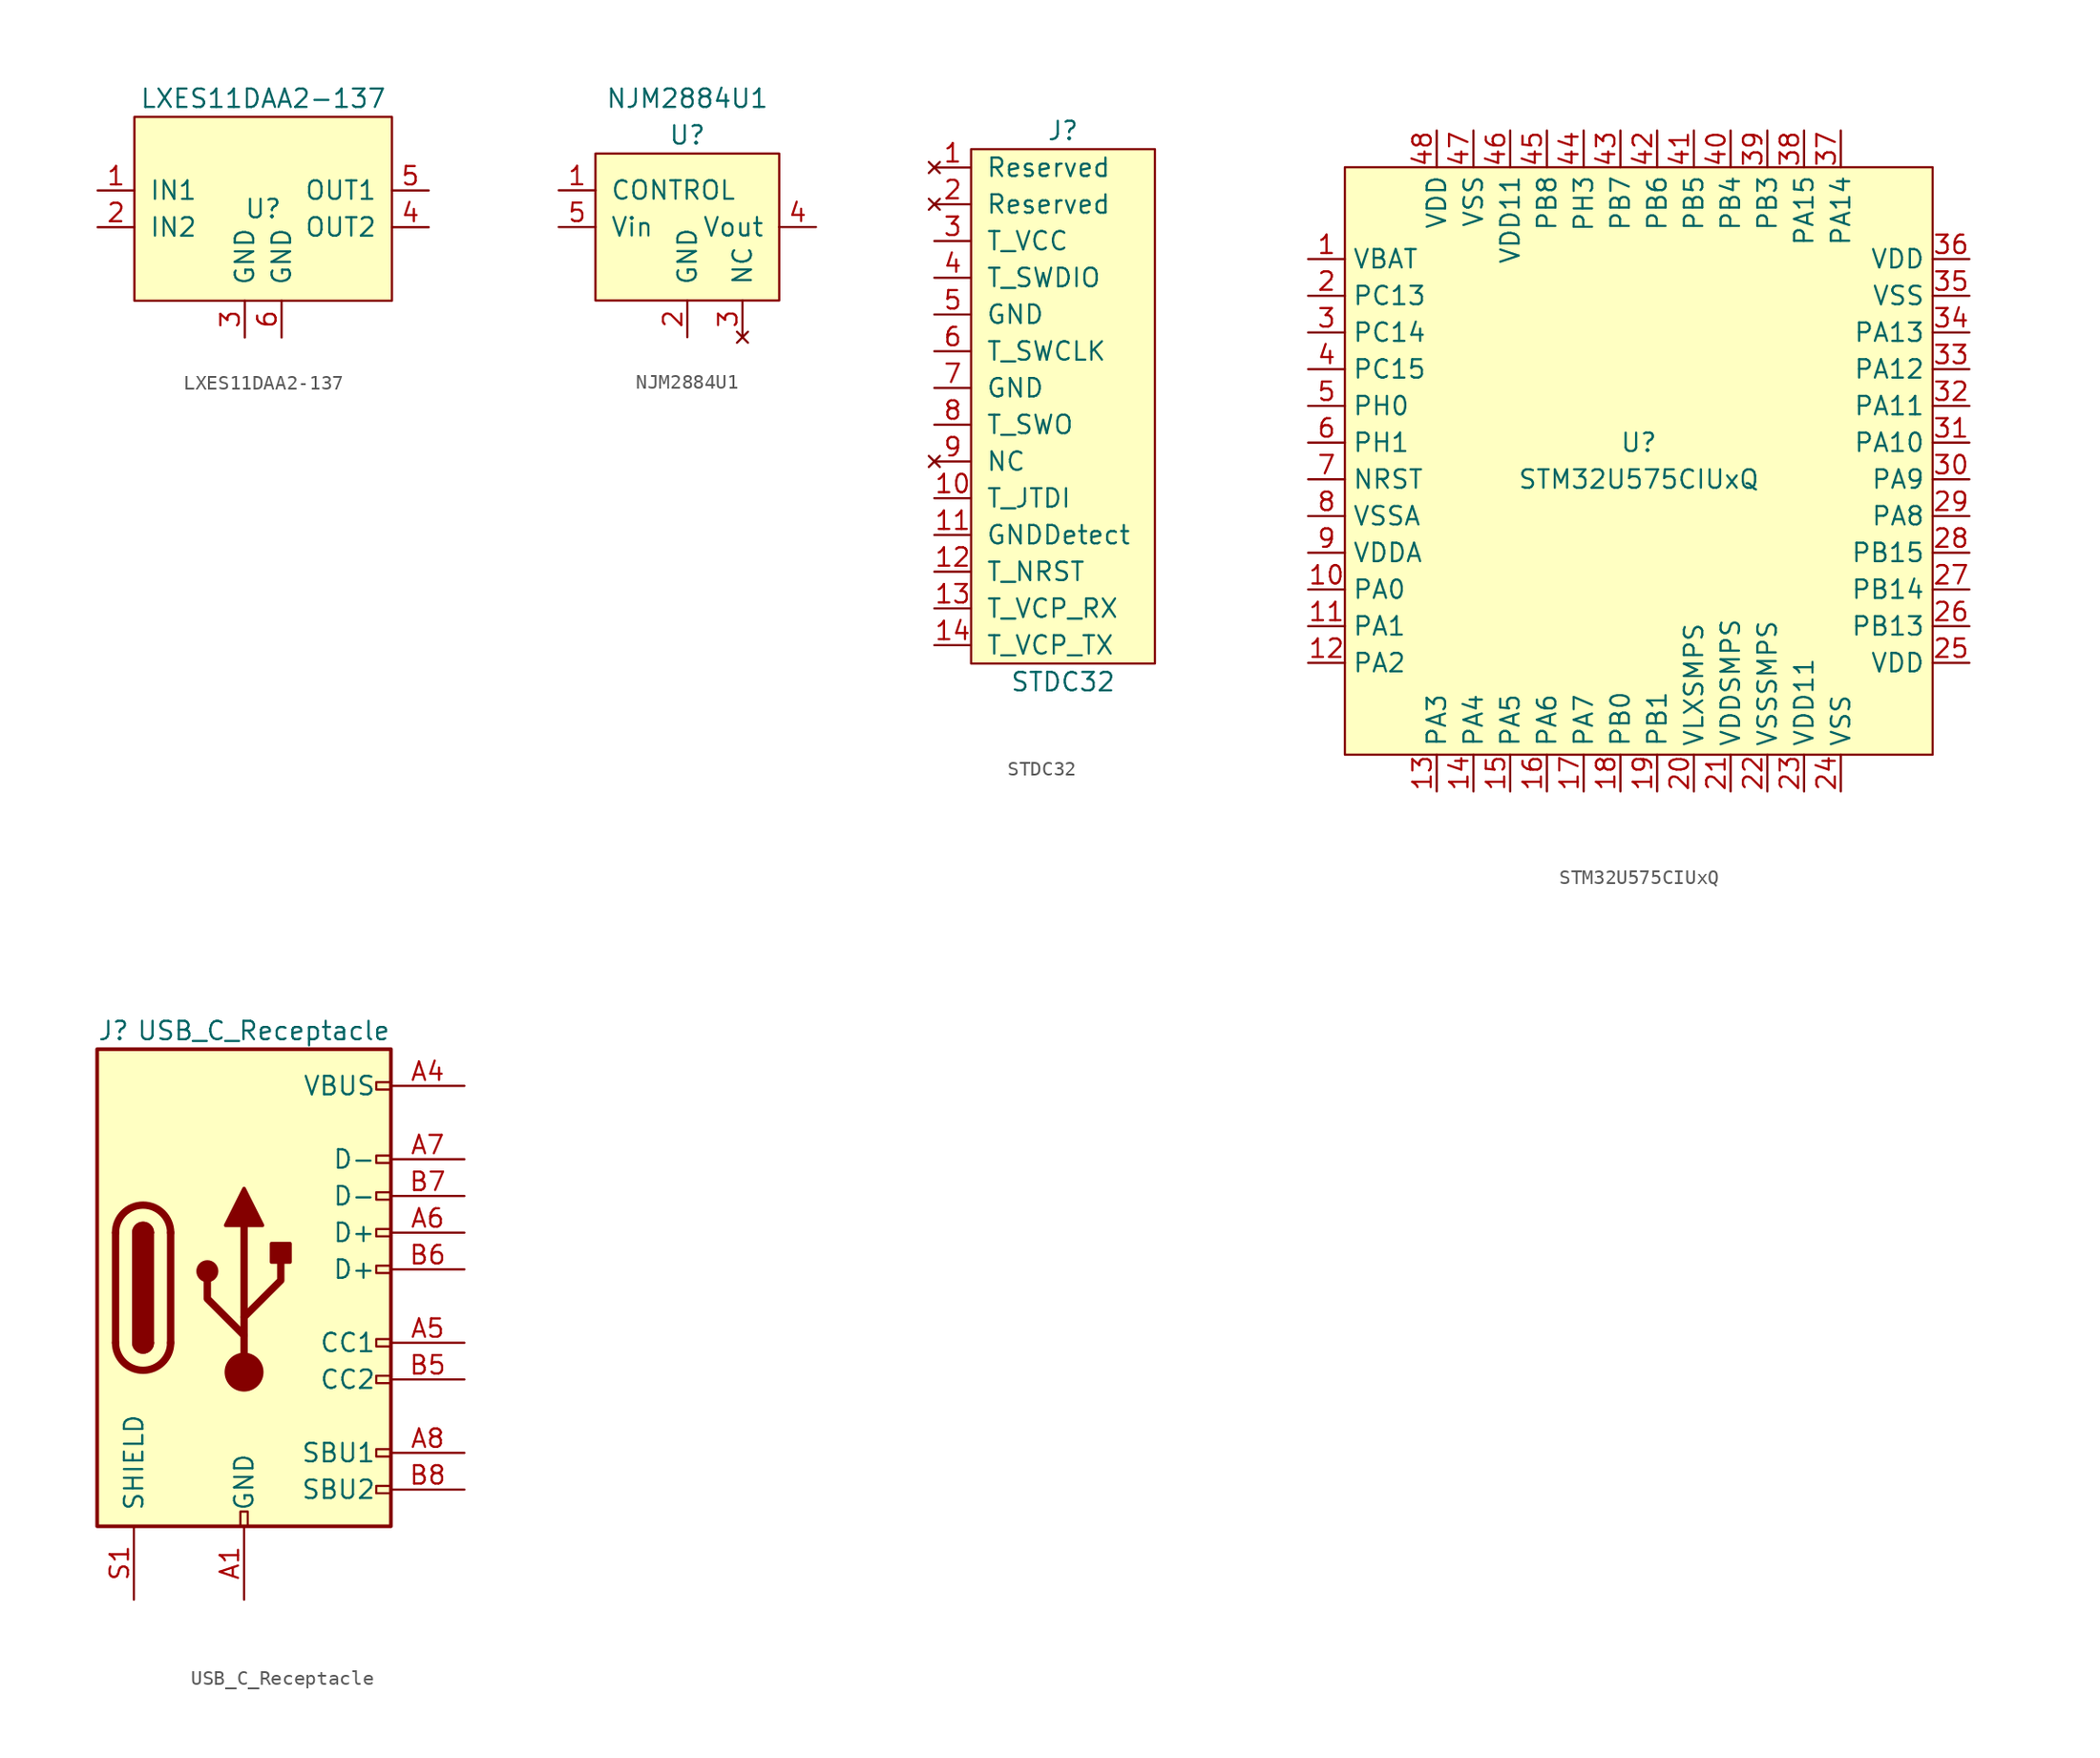
<source format=kicad_sym>
(kicad_symbol_lib
  (version 20220914)
  (generator kicad_symbol_editor)
  (symbol "LXES11DAA2-137"
    (pin_names
      (offset 1.016))
    (property "Reference" "U"
      (at 0 0 0)
      (effects (font (size 1.27 1.27))))
    (property "Value" "LXES11DAA2-137"
      (at 0 7.62 0)
      (effects (font (size 1.27 1.27))))
    (symbol "LXES11DAA2-137_0_0"
      (pin passive line (at -11.43 1.27 0) (length 2.54) (name "IN1" (effects (font (size 1.27 1.27)))) (number "1" (effects (font (size 1.27 1.27)))))
      (pin passive line (at -11.43 -1.27 0) (length 2.54) (name "IN2" (effects (font (size 1.27 1.27)))) (number "2" (effects (font (size 1.27 1.27)))))
      (pin power_in line (at -1.27 -8.89 90) (length 2.54) (name "GND" (effects (font (size 1.27 1.27)))) (number "3" (effects (font (size 1.27 1.27)))))
      (pin passive line (at 11.43 -1.27 180) (length 2.54) (name "OUT2" (effects (font (size 1.27 1.27)))) (number "4" (effects (font (size 1.27 1.27)))))
      (pin passive line (at 11.43 1.27 180) (length 2.54) (name "OUT1" (effects (font (size 1.27 1.27)))) (number "5" (effects (font (size 1.27 1.27)))))
      (pin power_in line (at 1.27 -8.89 90) (length 2.54) (name "GND" (effects (font (size 1.27 1.27)))) (number "6" (effects (font (size 1.27 1.27))))))
    (symbol "LXES11DAA2-137_0_1"
      (rectangle (start -8.89 6.35) (end 8.89 -6.35) (stroke (width 0) (type default)) (fill (type background)))))
  (symbol "NJM2884U1"
    (pin_names
      (offset 1.016))
    (property "Reference" "U"
      (at 0 3.81 0)
      (effects (font (size 1.27 1.27))))
    (property "Value" "NJM2884U1"
      (at 0 6.35 0)
      (effects (font (size 1.27 1.27))))
    (symbol "NJM2884U1_0_1"
      (rectangle (start -6.35 2.54) (end 6.35 -7.62) (stroke (width 0) (type default)) (fill (type background))))
    (symbol "NJM2884U1_1_1"
      (pin passive line (at -8.89 0 0) (length 2.54) (name "CONTROL" (effects (font (size 1.27 1.27)))) (number "1" (effects (font (size 1.27 1.27)))))
      (pin power_in line (at 0 -10.16 90) (length 2.54) (name "GND" (effects (font (size 1.27 1.27)))) (number "2" (effects (font (size 1.27 1.27)))))
      (pin no_connect line (at 3.81 -10.16 90) (length 2.54) (name "NC" (effects (font (size 1.27 1.27)))) (number "3" (effects (font (size 1.27 1.27)))))
      (pin power_out line (at 8.89 -2.54 180) (length 2.54) (name "Vout" (effects (font (size 1.27 1.27)))) (number "4" (effects (font (size 1.27 1.27)))))
      (pin power_in line (at -8.89 -2.54 0) (length 2.54) (name "Vin" (effects (font (size 1.27 1.27)))) (number "5" (effects (font (size 1.27 1.27)))))))
  (symbol "STDC32"
    (pin_names
      (offset 1.016))
    (property "Reference" "J"
      (at 0 19.05 0)
      (effects (font (size 1.27 1.27))))
    (property "Value" "STDC32"
      (at 0 -19.05 0)
      (effects (font (size 1.27 1.27))))
    (symbol "STDC32_0_1"
      (rectangle (start -6.35 17.78) (end 6.35 -17.78) (stroke (width 0) (type default)) (fill (type background))))
    (symbol "STDC32_1_1"
      (pin no_connect line (at -8.89 16.51 0) (length 2.54) (name "Reserved" (effects (font (size 1.27 1.27)))) (number "1" (effects (font (size 1.27 1.27)))))
      (pin passive line (at -8.89 -6.35 0) (length 2.54) (name "T_JTDI" (effects (font (size 1.27 1.27)))) (number "10" (effects (font (size 1.27 1.27)))))
      (pin power_in line (at -8.89 -8.89 0) (length 2.54) (name "GNDDetect" (effects (font (size 1.27 1.27)))) (number "11" (effects (font (size 1.27 1.27)))))
      (pin passive line (at -8.89 -11.43 0) (length 2.54) (name "T_NRST" (effects (font (size 1.27 1.27)))) (number "12" (effects (font (size 1.27 1.27)))))
      (pin passive line (at -8.89 -13.97 0) (length 2.54) (name "T_VCP_RX" (effects (font (size 1.27 1.27)))) (number "13" (effects (font (size 1.27 1.27)))))
      (pin passive line (at -8.89 -16.51 0) (length 2.54) (name "T_VCP_TX" (effects (font (size 1.27 1.27)))) (number "14" (effects (font (size 1.27 1.27)))))
      (pin no_connect line (at -8.89 13.97 0) (length 2.54) (name "Reserved" (effects (font (size 1.27 1.27)))) (number "2" (effects (font (size 1.27 1.27)))))
      (pin power_in line (at -8.89 11.43 0) (length 2.54) (name "T_VCC" (effects (font (size 1.27 1.27)))) (number "3" (effects (font (size 1.27 1.27)))))
      (pin passive line (at -8.89 8.89 0) (length 2.54) (name "T_SWDIO" (effects (font (size 1.27 1.27)))) (number "4" (effects (font (size 1.27 1.27)))))
      (pin power_in line (at -8.89 6.35 0) (length 2.54) (name "GND" (effects (font (size 1.27 1.27)))) (number "5" (effects (font (size 1.27 1.27)))))
      (pin passive line (at -8.89 3.81 0) (length 2.54) (name "T_SWCLK" (effects (font (size 1.27 1.27)))) (number "6" (effects (font (size 1.27 1.27)))))
      (pin power_in line (at -8.89 1.27 0) (length 2.54) (name "GND" (effects (font (size 1.27 1.27)))) (number "7" (effects (font (size 1.27 1.27)))))
      (pin passive line (at -8.89 -1.27 0) (length 2.54) (name "T_SWO" (effects (font (size 1.27 1.27)))) (number "8" (effects (font (size 1.27 1.27)))))
      (pin no_connect line (at -8.89 -3.81 0) (length 2.54) (name "NC" (effects (font (size 1.27 1.27)))) (number "9" (effects (font (size 1.27 1.27)))))))
  (symbol "STM32U575CIUxQ"
    (property "Reference" "U"
      (at 0 1.27 0)
      (effects (font (size 1.27 1.27))))
    (property "Value" "STM32U575CIUxQ"
      (at 0 -1.27 0)
      (effects (font (size 1.27 1.27))))
    (symbol "STM32U575CIUxQ_0_0"
      (pin power_in line (at -22.86 13.97 0) (length 2.54) (name "VBAT" (effects (font (size 1.27 1.27)))) (number "1" (effects (font (size 1.27 1.27)))))
      (pin passive line (at -22.86 -8.89 0) (length 2.54) (name "PA0" (effects (font (size 1.27 1.27)))) (number "10" (effects (font (size 1.27 1.27)))))
      (pin passive line (at -22.86 -11.43 0) (length 2.54) (name "PA1" (effects (font (size 1.27 1.27)))) (number "11" (effects (font (size 1.27 1.27)))))
      (pin passive line (at -22.86 -13.97 0) (length 2.54) (name "PA2" (effects (font (size 1.27 1.27)))) (number "12" (effects (font (size 1.27 1.27)))))
      (pin passive line (at -13.97 -22.86 90) (length 2.54) (name "PA3" (effects (font (size 1.27 1.27)))) (number "13" (effects (font (size 1.27 1.27)))))
      (pin passive line (at -11.43 -22.86 90) (length 2.54) (name "PA4" (effects (font (size 1.27 1.27)))) (number "14" (effects (font (size 1.27 1.27)))))
      (pin passive line (at -8.89 -22.86 90) (length 2.54) (name "PA5" (effects (font (size 1.27 1.27)))) (number "15" (effects (font (size 1.27 1.27)))))
      (pin passive line (at -6.35 -22.86 90) (length 2.54) (name "PA6" (effects (font (size 1.27 1.27)))) (number "16" (effects (font (size 1.27 1.27)))))
      (pin passive line (at -3.81 -22.86 90) (length 2.54) (name "PA7" (effects (font (size 1.27 1.27)))) (number "17" (effects (font (size 1.27 1.27)))))
      (pin passive line (at -1.27 -22.86 90) (length 2.54) (name "PB0" (effects (font (size 1.27 1.27)))) (number "18" (effects (font (size 1.27 1.27)))))
      (pin passive line (at 1.27 -22.86 90) (length 2.54) (name "PB1" (effects (font (size 1.27 1.27)))) (number "19" (effects (font (size 1.27 1.27)))))
      (pin passive line (at -22.86 11.43 0) (length 2.54) (name "PC13" (effects (font (size 1.27 1.27)))) (number "2" (effects (font (size 1.27 1.27)))))
      (pin passive line (at 3.81 -22.86 90) (length 2.54) (name "VLXSMPS" (effects (font (size 1.27 1.27)))) (number "20" (effects (font (size 1.27 1.27)))))
      (pin power_in line (at 6.35 -22.86 90) (length 2.54) (name "VDDSMPS" (effects (font (size 1.27 1.27)))) (number "21" (effects (font (size 1.27 1.27)))))
      (pin power_in line (at 8.89 -22.86 90) (length 2.54) (name "VSSSMPS" (effects (font (size 1.27 1.27)))) (number "22" (effects (font (size 1.27 1.27)))))
      (pin passive line (at 11.43 -22.86 90) (length 2.54) (name "VDD11" (effects (font (size 1.27 1.27)))) (number "23" (effects (font (size 1.27 1.27)))))
      (pin power_in line (at 13.97 -22.86 90) (length 2.54) (name "VSS" (effects (font (size 1.27 1.27)))) (number "24" (effects (font (size 1.27 1.27)))))
      (pin power_in line (at 22.86 -13.97 180) (length 2.54) (name "VDD" (effects (font (size 1.27 1.27)))) (number "25" (effects (font (size 1.27 1.27)))))
      (pin passive line (at 22.86 -11.43 180) (length 2.54) (name "PB13" (effects (font (size 1.27 1.27)))) (number "26" (effects (font (size 1.27 1.27)))))
      (pin passive line (at 22.86 -8.89 180) (length 2.54) (name "PB14" (effects (font (size 1.27 1.27)))) (number "27" (effects (font (size 1.27 1.27)))))
      (pin passive line (at 22.86 -6.35 180) (length 2.54) (name "PB15" (effects (font (size 1.27 1.27)))) (number "28" (effects (font (size 1.27 1.27)))))
      (pin passive line (at 22.86 -3.81 180) (length 2.54) (name "PA8" (effects (font (size 1.27 1.27)))) (number "29" (effects (font (size 1.27 1.27)))))
      (pin passive line (at -22.86 8.89 0) (length 2.54) (name "PC14" (effects (font (size 1.27 1.27)))) (number "3" (effects (font (size 1.27 1.27)))))
      (pin passive line (at 22.86 -1.27 180) (length 2.54) (name "PA9" (effects (font (size 1.27 1.27)))) (number "30" (effects (font (size 1.27 1.27)))))
      (pin passive line (at 22.86 1.27 180) (length 2.54) (name "PA10" (effects (font (size 1.27 1.27)))) (number "31" (effects (font (size 1.27 1.27)))))
      (pin passive line (at 22.86 3.81 180) (length 2.54) (name "PA11" (effects (font (size 1.27 1.27)))) (number "32" (effects (font (size 1.27 1.27)))))
      (pin passive line (at 22.86 6.35 180) (length 2.54) (name "PA12" (effects (font (size 1.27 1.27)))) (number "33" (effects (font (size 1.27 1.27)))))
      (pin passive line (at 22.86 8.89 180) (length 2.54) (name "PA13" (effects (font (size 1.27 1.27)))) (number "34" (effects (font (size 1.27 1.27)))))
      (pin power_in line (at 22.86 11.43 180) (length 2.54) (name "VSS" (effects (font (size 1.27 1.27)))) (number "35" (effects (font (size 1.27 1.27)))))
      (pin power_in line (at 22.86 13.97 180) (length 2.54) (name "VDD" (effects (font (size 1.27 1.27)))) (number "36" (effects (font (size 1.27 1.27)))))
      (pin passive line (at 13.97 22.86 270) (length 2.54) (name "PA14" (effects (font (size 1.27 1.27)))) (number "37" (effects (font (size 1.27 1.27)))))
      (pin passive line (at 11.43 22.86 270) (length 2.54) (name "PA15" (effects (font (size 1.27 1.27)))) (number "38" (effects (font (size 1.27 1.27)))))
      (pin passive line (at 8.89 22.86 270) (length 2.54) (name "PB3" (effects (font (size 1.27 1.27)))) (number "39" (effects (font (size 1.27 1.27)))))
      (pin passive line (at -22.86 6.35 0) (length 2.54) (name "PC15" (effects (font (size 1.27 1.27)))) (number "4" (effects (font (size 1.27 1.27)))))
      (pin passive line (at 6.35 22.86 270) (length 2.54) (name "PB4" (effects (font (size 1.27 1.27)))) (number "40" (effects (font (size 1.27 1.27)))))
      (pin passive line (at 3.81 22.86 270) (length 2.54) (name "PB5" (effects (font (size 1.27 1.27)))) (number "41" (effects (font (size 1.27 1.27)))))
      (pin passive line (at 1.27 22.86 270) (length 2.54) (name "PB6" (effects (font (size 1.27 1.27)))) (number "42" (effects (font (size 1.27 1.27)))))
      (pin passive line (at -1.27 22.86 270) (length 2.54) (name "PB7" (effects (font (size 1.27 1.27)))) (number "43" (effects (font (size 1.27 1.27)))))
      (pin passive line (at -3.81 22.86 270) (length 2.54) (name "PH3" (effects (font (size 1.27 1.27)))) (number "44" (effects (font (size 1.27 1.27)))))
      (pin passive line (at -6.35 22.86 270) (length 2.54) (name "PB8" (effects (font (size 1.27 1.27)))) (number "45" (effects (font (size 1.27 1.27)))))
      (pin passive line (at -8.89 22.86 270) (length 2.54) (name "VDD11" (effects (font (size 1.27 1.27)))) (number "46" (effects (font (size 1.27 1.27)))))
      (pin power_in line (at -11.43 22.86 270) (length 2.54) (name "VSS" (effects (font (size 1.27 1.27)))) (number "47" (effects (font (size 1.27 1.27)))))
      (pin power_in line (at -13.97 22.86 270) (length 2.54) (name "VDD" (effects (font (size 1.27 1.27)))) (number "48" (effects (font (size 1.27 1.27)))))
      (pin passive line (at -22.86 3.81 0) (length 2.54) (name "PH0" (effects (font (size 1.27 1.27)))) (number "5" (effects (font (size 1.27 1.27)))))
      (pin passive line (at -22.86 1.27 0) (length 2.54) (name "PH1" (effects (font (size 1.27 1.27)))) (number "6" (effects (font (size 1.27 1.27)))))
      (pin passive line (at -22.86 -1.27 0) (length 2.54) (name "NRST" (effects (font (size 1.27 1.27)))) (number "7" (effects (font (size 1.27 1.27)))))
      (pin power_in line (at -22.86 -3.81 0) (length 2.54) (name "VSSA" (effects (font (size 1.27 1.27)))) (number "8" (effects (font (size 1.27 1.27)))))
      (pin power_in line (at -22.86 -6.35 0) (length 2.54) (name "VDDA" (effects (font (size 1.27 1.27)))) (number "9" (effects (font (size 1.27 1.27))))))
    (symbol "STM32U575CIUxQ_0_1"
      (rectangle (start -20.32 20.32) (end 20.32 -20.32) (stroke (width 0) (type default)) (fill (type background)))))
  (symbol "USB_C_Receptacle"
    (pin_names
      (offset 1.016))
    (property "Reference" "J"
      (at -10.16 17.78 0)
      (effects (font (size 1.27 1.27)) (justify left)))
    (property "Value" "USB_C_Receptacle"
      (at 10.16 17.78 0)
      (effects (font (size 1.27 1.27)) (justify right)))
    (symbol "USB_C_Receptacle_0_0"
      (rectangle (start -0.254 -16.51) (end 0.254 -15.494) (stroke (width 0) (type default)) (fill (type none)))
      (rectangle (start 10.16 -13.716) (end 9.144 -14.224) (stroke (width 0) (type default)) (fill (type none)))
      (rectangle (start 10.16 -11.176) (end 9.144 -11.684) (stroke (width 0) (type default)) (fill (type none)))
      (rectangle (start 10.16 -6.096) (end 9.144 -6.604) (stroke (width 0) (type default)) (fill (type none)))
      (rectangle (start 10.16 -3.556) (end 9.144 -4.064) (stroke (width 0) (type default)) (fill (type none)))
      (rectangle (start 10.16 1.524) (end 9.144 1.016) (stroke (width 0) (type default)) (fill (type none)))
      (rectangle (start 10.16 4.064) (end 9.144 3.556) (stroke (width 0) (type default)) (fill (type none)))
      (rectangle (start 10.16 6.604) (end 9.144 6.096) (stroke (width 0) (type default)) (fill (type none)))
      (rectangle (start 10.16 9.144) (end 9.144 8.636) (stroke (width 0) (type default)) (fill (type none)))
      (rectangle (start 10.16 14.224) (end 9.144 13.716) (stroke (width 0) (type default)) (fill (type none))))
    (symbol "USB_C_Receptacle_0_1"
      (rectangle (start -10.16 16.51) (end 10.16 -16.51) (stroke (width 0.254) (type default)) (fill (type background)))
      (arc (start -8.89 -3.81) (mid -6.985 -5.7067) (end -5.08 -3.81) (stroke (width 0.508) (type default)) (fill (type none)))
      (arc (start -7.62 -3.81) (mid -6.985 -4.4423) (end -6.35 -3.81) (stroke (width 0.254) (type default)) (fill (type none)))
      (arc (start -7.62 -3.81) (mid -6.985 -4.4423) (end -6.35 -3.81) (stroke (width 0.254) (type default)) (fill (type outline)))
      (rectangle (start -7.62 -3.81) (end -6.35 3.81) (stroke (width 0.254) (type default)) (fill (type outline)))
      (arc (start -6.35 3.81) (mid -6.985 4.4423) (end -7.62 3.81) (stroke (width 0.254) (type default)) (fill (type none)))
      (arc (start -6.35 3.81) (mid -6.985 4.4423) (end -7.62 3.81) (stroke (width 0.254) (type default)) (fill (type outline)))
      (arc (start -5.08 3.81) (mid -6.985 5.7067) (end -8.89 3.81) (stroke (width 0.508) (type default)) (fill (type none)))
      (polyline (pts (xy -8.89 -3.81) (xy -8.89 3.81)) (stroke (width 0.508) (type default)) (fill (type none)))
      (polyline (pts (xy -5.08 3.81) (xy -5.08 -3.81)) (stroke (width 0.508) (type default)) (fill (type none))))
    (symbol "USB_C_Receptacle_1_1"
      (circle (center -2.54 1.143) (radius 0.635) (stroke (width 0.254) (type default)) (fill (type outline)))
      (circle (center 0 -5.842) (radius 1.27) (stroke (width 0) (type default)) (fill (type outline)))
      (polyline (pts (xy 0 -5.842) (xy 0 4.318)) (stroke (width 0.508) (type default)) (fill (type none)))
      (polyline (pts (xy 0 -3.302) (xy -2.54 -0.762) (xy -2.54 0.508)) (stroke (width 0.508) (type default)) (fill (type none)))
      (polyline (pts (xy 0 -2.032) (xy 2.54 0.508) (xy 2.54 1.778)) (stroke (width 0.508) (type default)) (fill (type none)))
      (polyline (pts (xy -1.27 4.318) (xy 0 6.858) (xy 1.27 4.318) (xy -1.27 4.318)) (stroke (width 0.254) (type default)) (fill (type outline)))
      (rectangle (start 1.905 1.778) (end 3.175 3.048) (stroke (width 0.254) (type default)) (fill (type outline)))
      (pin power_out line (at 0 -21.59 90) (length 5.08) (name "GND" (effects (font (size 1.27 1.27)))) (number "A1" (effects (font (size 1.27 1.27)))))
      (pin power_out line (at 0 -21.59 90) (length 5.08) hide (name "GND" (effects (font (size 1.27 1.27)))) (number "A12" (effects (font (size 1.27 1.27)))))
      (pin power_out line (at 15.24 13.97 180) (length 5.08) (name "VBUS" (effects (font (size 1.27 1.27)))) (number "A4" (effects (font (size 1.27 1.27)))))
      (pin passive line (at 15.24 -3.81 180) (length 5.08) (name "CC1" (effects (font (size 1.27 1.27)))) (number "A5" (effects (font (size 1.27 1.27)))))
      (pin passive line (at 15.24 3.81 180) (length 5.08) (name "D+" (effects (font (size 1.27 1.27)))) (number "A6" (effects (font (size 1.27 1.27)))))
      (pin passive line (at 15.24 8.89 180) (length 5.08) (name "D-" (effects (font (size 1.27 1.27)))) (number "A7" (effects (font (size 1.27 1.27)))))
      (pin passive line (at 15.24 -11.43 180) (length 5.08) (name "SBU1" (effects (font (size 1.27 1.27)))) (number "A8" (effects (font (size 1.27 1.27)))))
      (pin power_out line (at 15.24 13.97 180) (length 5.08) hide (name "VBUS" (effects (font (size 1.27 1.27)))) (number "A9" (effects (font (size 1.27 1.27)))))
      (pin power_out line (at 0 -21.59 90) (length 5.08) hide (name "GND" (effects (font (size 1.27 1.27)))) (number "B1" (effects (font (size 1.27 1.27)))))
      (pin power_out line (at 0 -21.59 90) (length 5.08) hide (name "GND" (effects (font (size 1.27 1.27)))) (number "B12" (effects (font (size 1.27 1.27)))))
      (pin power_out line (at 15.24 13.97 180) (length 5.08) hide (name "VBUS" (effects (font (size 1.27 1.27)))) (number "B4" (effects (font (size 1.27 1.27)))))
      (pin passive line (at 15.24 -6.35 180) (length 5.08) (name "CC2" (effects (font (size 1.27 1.27)))) (number "B5" (effects (font (size 1.27 1.27)))))
      (pin passive line (at 15.24 1.27 180) (length 5.08) (name "D+" (effects (font (size 1.27 1.27)))) (number "B6" (effects (font (size 1.27 1.27)))))
      (pin passive line (at 15.24 6.35 180) (length 5.08) (name "D-" (effects (font (size 1.27 1.27)))) (number "B7" (effects (font (size 1.27 1.27)))))
      (pin passive line (at 15.24 -13.97 180) (length 5.08) (name "SBU2" (effects (font (size 1.27 1.27)))) (number "B8" (effects (font (size 1.27 1.27)))))
      (pin power_out line (at 15.24 13.97 180) (length 5.08) hide (name "VBUS" (effects (font (size 1.27 1.27)))) (number "B9" (effects (font (size 1.27 1.27)))))
      (pin passive line (at -7.62 -21.59 90) (length 5.08) (name "SHIELD" (effects (font (size 1.27 1.27)))) (number "S1" (effects (font (size 1.27 1.27))))))))
</source>
